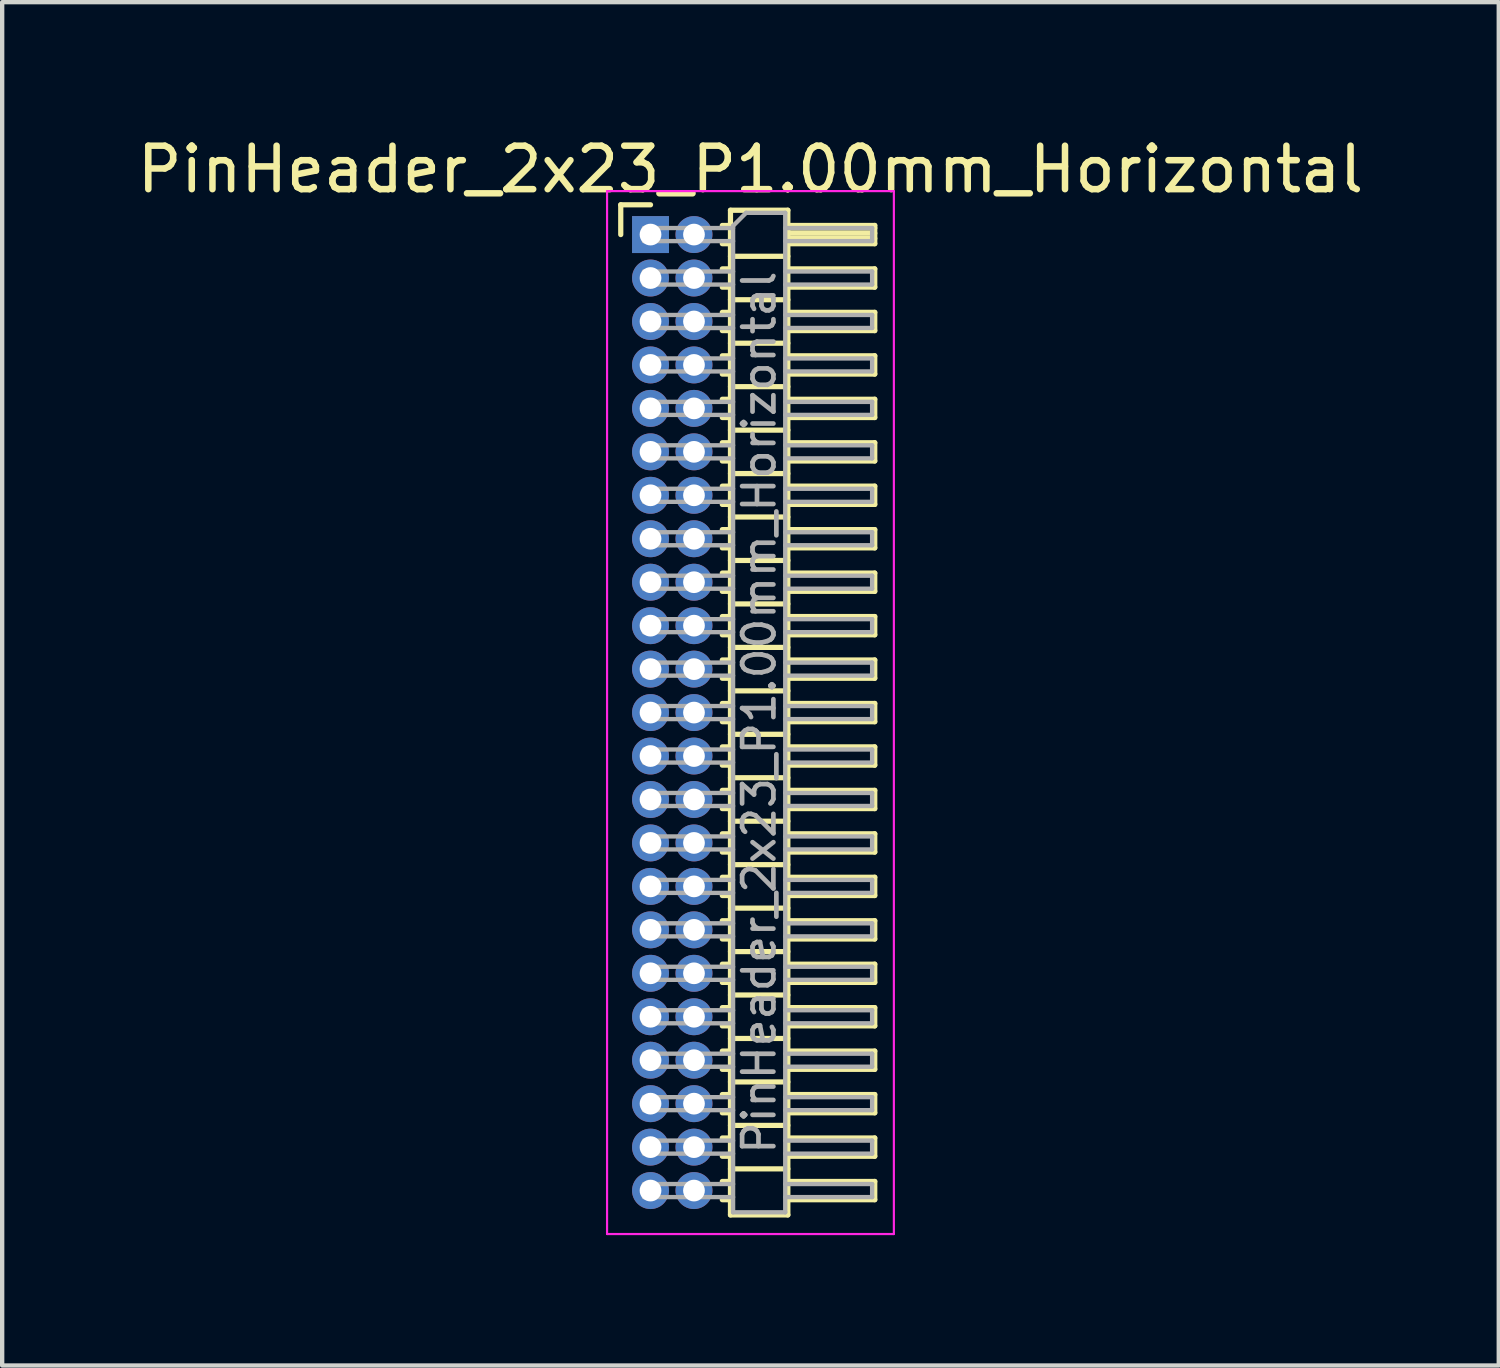
<source format=kicad_pcb>
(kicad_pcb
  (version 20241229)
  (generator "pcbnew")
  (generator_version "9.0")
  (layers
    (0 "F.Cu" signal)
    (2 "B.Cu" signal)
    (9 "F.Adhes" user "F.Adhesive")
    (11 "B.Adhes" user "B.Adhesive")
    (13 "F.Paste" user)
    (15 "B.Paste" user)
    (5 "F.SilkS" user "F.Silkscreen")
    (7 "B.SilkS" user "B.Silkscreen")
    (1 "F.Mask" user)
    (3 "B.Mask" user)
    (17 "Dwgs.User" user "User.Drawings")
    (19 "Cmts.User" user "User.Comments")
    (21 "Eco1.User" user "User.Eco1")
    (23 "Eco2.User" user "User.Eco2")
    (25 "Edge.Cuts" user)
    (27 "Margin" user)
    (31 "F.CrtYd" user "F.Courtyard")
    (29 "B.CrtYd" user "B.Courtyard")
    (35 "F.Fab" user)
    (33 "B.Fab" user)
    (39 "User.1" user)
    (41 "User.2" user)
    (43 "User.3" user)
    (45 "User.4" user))
  (footprint "PinHeader_2x23_P1.00mm_Horizontal"
    (layer "F.Cu")
    (at 11.92 2.348)
    (property "Reference" "PinHeader_2x23_P1.00mm_Horizontal" (at 2.3 -1.5 0) (layer "F.SilkS") (effects (font (size 1 1) (thickness 0.15))))
    (attr through_hole)
    (fp_line (start -0.685 -0.685) (end 0 -0.685) (stroke (width 0.12) (type solid)) (layer "F.SilkS"))
    (fp_line (start -0.685 0) (end -0.685 -0.685) (stroke (width 0.12) (type solid)) (layer "F.SilkS"))
    (fp_line (start 1.652 -0.21) (end 1.84 -0.21) (stroke (width 0.12) (type solid)) (layer "F.SilkS"))
    (fp_line (start 1.652 0.21) (end 1.84 0.21) (stroke (width 0.12) (type solid)) (layer "F.SilkS"))
    (fp_line (start 1.652 0.79) (end 1.84 0.79) (stroke (width 0.12) (type solid)) (layer "F.SilkS"))
    (fp_line (start 1.652 1.21) (end 1.84 1.21) (stroke (width 0.12) (type solid)) (layer "F.SilkS"))
    (fp_line (start 1.652 1.79) (end 1.84 1.79) (stroke (width 0.12) (type solid)) (layer "F.SilkS"))
    (fp_line (start 1.652 2.21) (end 1.84 2.21) (stroke (width 0.12) (type solid)) (layer "F.SilkS"))
    (fp_line (start 1.652 2.79) (end 1.84 2.79) (stroke (width 0.12) (type solid)) (layer "F.SilkS"))
    (fp_line (start 1.652 3.21) (end 1.84 3.21) (stroke (width 0.12) (type solid)) (layer "F.SilkS"))
    (fp_line (start 1.652 3.79) (end 1.84 3.79) (stroke (width 0.12) (type solid)) (layer "F.SilkS"))
    (fp_line (start 1.652 4.21) (end 1.84 4.21) (stroke (width 0.12) (type solid)) (layer "F.SilkS"))
    (fp_line (start 1.652 4.79) (end 1.84 4.79) (stroke (width 0.12) (type solid)) (layer "F.SilkS"))
    (fp_line (start 1.652 5.21) (end 1.84 5.21) (stroke (width 0.12) (type solid)) (layer "F.SilkS"))
    (fp_line (start 1.652 5.79) (end 1.84 5.79) (stroke (width 0.12) (type solid)) (layer "F.SilkS"))
    (fp_line (start 1.652 6.21) (end 1.84 6.21) (stroke (width 0.12) (type solid)) (layer "F.SilkS"))
    (fp_line (start 1.652 6.79) (end 1.84 6.79) (stroke (width 0.12) (type solid)) (layer "F.SilkS"))
    (fp_line (start 1.652 7.21) (end 1.84 7.21) (stroke (width 0.12) (type solid)) (layer "F.SilkS"))
    (fp_line (start 1.652 7.79) (end 1.84 7.79) (stroke (width 0.12) (type solid)) (layer "F.SilkS"))
    (fp_line (start 1.652 8.21) (end 1.84 8.21) (stroke (width 0.12) (type solid)) (layer "F.SilkS"))
    (fp_line (start 1.652 8.79) (end 1.84 8.79) (stroke (width 0.12) (type solid)) (layer "F.SilkS"))
    (fp_line (start 1.652 9.21) (end 1.84 9.21) (stroke (width 0.12) (type solid)) (layer "F.SilkS"))
    (fp_line (start 1.652 9.79) (end 1.84 9.79) (stroke (width 0.12) (type solid)) (layer "F.SilkS"))
    (fp_line (start 1.652 10.21) (end 1.84 10.21) (stroke (width 0.12) (type solid)) (layer "F.SilkS"))
    (fp_line (start 1.652 10.79) (end 1.84 10.79) (stroke (width 0.12) (type solid)) (layer "F.SilkS"))
    (fp_line (start 1.652 11.21) (end 1.84 11.21) (stroke (width 0.12) (type solid)) (layer "F.SilkS"))
    (fp_line (start 1.652 11.79) (end 1.84 11.79) (stroke (width 0.12) (type solid)) (layer "F.SilkS"))
    (fp_line (start 1.652 12.21) (end 1.84 12.21) (stroke (width 0.12) (type solid)) (layer "F.SilkS"))
    (fp_line (start 1.652 12.79) (end 1.84 12.79) (stroke (width 0.12) (type solid)) (layer "F.SilkS"))
    (fp_line (start 1.652 13.21) (end 1.84 13.21) (stroke (width 0.12) (type solid)) (layer "F.SilkS"))
    (fp_line (start 1.652 13.79) (end 1.84 13.79) (stroke (width 0.12) (type solid)) (layer "F.SilkS"))
    (fp_line (start 1.652 14.21) (end 1.84 14.21) (stroke (width 0.12) (type solid)) (layer "F.SilkS"))
    (fp_line (start 1.652 14.79) (end 1.84 14.79) (stroke (width 0.12) (type solid)) (layer "F.SilkS"))
    (fp_line (start 1.652 15.21) (end 1.84 15.21) (stroke (width 0.12) (type solid)) (layer "F.SilkS"))
    (fp_line (start 1.652 15.79) (end 1.84 15.79) (stroke (width 0.12) (type solid)) (layer "F.SilkS"))
    (fp_line (start 1.652 16.21) (end 1.84 16.21) (stroke (width 0.12) (type solid)) (layer "F.SilkS"))
    (fp_line (start 1.652 16.79) (end 1.84 16.79) (stroke (width 0.12) (type solid)) (layer "F.SilkS"))
    (fp_line (start 1.652 17.21) (end 1.84 17.21) (stroke (width 0.12) (type solid)) (layer "F.SilkS"))
    (fp_line (start 1.652 17.79) (end 1.84 17.79) (stroke (width 0.12) (type solid)) (layer "F.SilkS"))
    (fp_line (start 1.652 18.21) (end 1.84 18.21) (stroke (width 0.12) (type solid)) (layer "F.SilkS"))
    (fp_line (start 1.652 18.79) (end 1.84 18.79) (stroke (width 0.12) (type solid)) (layer "F.SilkS"))
    (fp_line (start 1.652 19.21) (end 1.84 19.21) (stroke (width 0.12) (type solid)) (layer "F.SilkS"))
    (fp_line (start 1.652 19.79) (end 1.84 19.79) (stroke (width 0.12) (type solid)) (layer "F.SilkS"))
    (fp_line (start 1.652 20.21) (end 1.84 20.21) (stroke (width 0.12) (type solid)) (layer "F.SilkS"))
    (fp_line (start 1.652 20.79) (end 1.84 20.79) (stroke (width 0.12) (type solid)) (layer "F.SilkS"))
    (fp_line (start 1.652 21.21) (end 1.84 21.21) (stroke (width 0.12) (type solid)) (layer "F.SilkS"))
    (fp_line (start 1.652 21.79) (end 1.84 21.79) (stroke (width 0.12) (type solid)) (layer "F.SilkS"))
    (fp_line (start 1.652 22.21) (end 1.84 22.21) (stroke (width 0.12) (type solid)) (layer "F.SilkS"))
    (fp_line (start 1.84 -0.56) (end 1.84 22.56) (stroke (width 0.12) (type solid)) (layer "F.SilkS"))
    (fp_line (start 1.84 0.5) (end 3.16 0.5) (stroke (width 0.12) (type solid)) (layer "F.SilkS"))
    (fp_line (start 1.84 1.5) (end 3.16 1.5) (stroke (width 0.12) (type solid)) (layer "F.SilkS"))
    (fp_line (start 1.84 2.5) (end 3.16 2.5) (stroke (width 0.12) (type solid)) (layer "F.SilkS"))
    (fp_line (start 1.84 3.5) (end 3.16 3.5) (stroke (width 0.12) (type solid)) (layer "F.SilkS"))
    (fp_line (start 1.84 4.5) (end 3.16 4.5) (stroke (width 0.12) (type solid)) (layer "F.SilkS"))
    (fp_line (start 1.84 5.5) (end 3.16 5.5) (stroke (width 0.12) (type solid)) (layer "F.SilkS"))
    (fp_line (start 1.84 6.5) (end 3.16 6.5) (stroke (width 0.12) (type solid)) (layer "F.SilkS"))
    (fp_line (start 1.84 7.5) (end 3.16 7.5) (stroke (width 0.12) (type solid)) (layer "F.SilkS"))
    (fp_line (start 1.84 8.5) (end 3.16 8.5) (stroke (width 0.12) (type solid)) (layer "F.SilkS"))
    (fp_line (start 1.84 9.5) (end 3.16 9.5) (stroke (width 0.12) (type solid)) (layer "F.SilkS"))
    (fp_line (start 1.84 10.5) (end 3.16 10.5) (stroke (width 0.12) (type solid)) (layer "F.SilkS"))
    (fp_line (start 1.84 11.5) (end 3.16 11.5) (stroke (width 0.12) (type solid)) (layer "F.SilkS"))
    (fp_line (start 1.84 12.5) (end 3.16 12.5) (stroke (width 0.12) (type solid)) (layer "F.SilkS"))
    (fp_line (start 1.84 13.5) (end 3.16 13.5) (stroke (width 0.12) (type solid)) (layer "F.SilkS"))
    (fp_line (start 1.84 14.5) (end 3.16 14.5) (stroke (width 0.12) (type solid)) (layer "F.SilkS"))
    (fp_line (start 1.84 15.5) (end 3.16 15.5) (stroke (width 0.12) (type solid)) (layer "F.SilkS"))
    (fp_line (start 1.84 16.5) (end 3.16 16.5) (stroke (width 0.12) (type solid)) (layer "F.SilkS"))
    (fp_line (start 1.84 17.5) (end 3.16 17.5) (stroke (width 0.12) (type solid)) (layer "F.SilkS"))
    (fp_line (start 1.84 18.5) (end 3.16 18.5) (stroke (width 0.12) (type solid)) (layer "F.SilkS"))
    (fp_line (start 1.84 19.5) (end 3.16 19.5) (stroke (width 0.12) (type solid)) (layer "F.SilkS"))
    (fp_line (start 1.84 20.5) (end 3.16 20.5) (stroke (width 0.12) (type solid)) (layer "F.SilkS"))
    (fp_line (start 1.84 21.5) (end 3.16 21.5) (stroke (width 0.12) (type solid)) (layer "F.SilkS"))
    (fp_line (start 1.84 22.56) (end 3.16 22.56) (stroke (width 0.12) (type solid)) (layer "F.SilkS"))
    (fp_line (start 3.16 -0.56) (end 1.84 -0.56) (stroke (width 0.12) (type solid)) (layer "F.SilkS"))
    (fp_line (start 3.16 -0.21) (end 5.16 -0.21) (stroke (width 0.12) (type solid)) (layer "F.SilkS"))
    (fp_line (start 3.16 -0.15) (end 5.16 -0.15) (stroke (width 0.12) (type solid)) (layer "F.SilkS"))
    (fp_line (start 3.16 -0.03) (end 5.16 -0.03) (stroke (width 0.12) (type solid)) (layer "F.SilkS"))
    (fp_line (start 3.16 0.09) (end 5.16 0.09) (stroke (width 0.12) (type solid)) (layer "F.SilkS"))
    (fp_line (start 3.16 0.79) (end 5.16 0.79) (stroke (width 0.12) (type solid)) (layer "F.SilkS"))
    (fp_line (start 3.16 1.79) (end 5.16 1.79) (stroke (width 0.12) (type solid)) (layer "F.SilkS"))
    (fp_line (start 3.16 2.79) (end 5.16 2.79) (stroke (width 0.12) (type solid)) (layer "F.SilkS"))
    (fp_line (start 3.16 3.79) (end 5.16 3.79) (stroke (width 0.12) (type solid)) (layer "F.SilkS"))
    (fp_line (start 3.16 4.79) (end 5.16 4.79) (stroke (width 0.12) (type solid)) (layer "F.SilkS"))
    (fp_line (start 3.16 5.79) (end 5.16 5.79) (stroke (width 0.12) (type solid)) (layer "F.SilkS"))
    (fp_line (start 3.16 6.79) (end 5.16 6.79) (stroke (width 0.12) (type solid)) (layer "F.SilkS"))
    (fp_line (start 3.16 7.79) (end 5.16 7.79) (stroke (width 0.12) (type solid)) (layer "F.SilkS"))
    (fp_line (start 3.16 8.79) (end 5.16 8.79) (stroke (width 0.12) (type solid)) (layer "F.SilkS"))
    (fp_line (start 3.16 9.79) (end 5.16 9.79) (stroke (width 0.12) (type solid)) (layer "F.SilkS"))
    (fp_line (start 3.16 10.79) (end 5.16 10.79) (stroke (width 0.12) (type solid)) (layer "F.SilkS"))
    (fp_line (start 3.16 11.79) (end 5.16 11.79) (stroke (width 0.12) (type solid)) (layer "F.SilkS"))
    (fp_line (start 3.16 12.79) (end 5.16 12.79) (stroke (width 0.12) (type solid)) (layer "F.SilkS"))
    (fp_line (start 3.16 13.79) (end 5.16 13.79) (stroke (width 0.12) (type solid)) (layer "F.SilkS"))
    (fp_line (start 3.16 14.79) (end 5.16 14.79) (stroke (width 0.12) (type solid)) (layer "F.SilkS"))
    (fp_line (start 3.16 15.79) (end 5.16 15.79) (stroke (width 0.12) (type solid)) (layer "F.SilkS"))
    (fp_line (start 3.16 16.79) (end 5.16 16.79) (stroke (width 0.12) (type solid)) (layer "F.SilkS"))
    (fp_line (start 3.16 17.79) (end 5.16 17.79) (stroke (width 0.12) (type solid)) (layer "F.SilkS"))
    (fp_line (start 3.16 18.79) (end 5.16 18.79) (stroke (width 0.12) (type solid)) (layer "F.SilkS"))
    (fp_line (start 3.16 19.79) (end 5.16 19.79) (stroke (width 0.12) (type solid)) (layer "F.SilkS"))
    (fp_line (start 3.16 20.79) (end 5.16 20.79) (stroke (width 0.12) (type solid)) (layer "F.SilkS"))
    (fp_line (start 3.16 21.79) (end 5.16 21.79) (stroke (width 0.12) (type solid)) (layer "F.SilkS"))
    (fp_line (start 3.16 22.56) (end 3.16 -0.56) (stroke (width 0.12) (type solid)) (layer "F.SilkS"))
    (fp_line (start 5.16 -0.21) (end 5.16 0.21) (stroke (width 0.12) (type solid)) (layer "F.SilkS"))
    (fp_line (start 5.16 0.21) (end 3.16 0.21) (stroke (width 0.12) (type solid)) (layer "F.SilkS"))
    (fp_line (start 5.16 0.79) (end 5.16 1.21) (stroke (width 0.12) (type solid)) (layer "F.SilkS"))
    (fp_line (start 5.16 1.21) (end 3.16 1.21) (stroke (width 0.12) (type solid)) (layer "F.SilkS"))
    (fp_line (start 5.16 1.79) (end 5.16 2.21) (stroke (width 0.12) (type solid)) (layer "F.SilkS"))
    (fp_line (start 5.16 2.21) (end 3.16 2.21) (stroke (width 0.12) (type solid)) (layer "F.SilkS"))
    (fp_line (start 5.16 2.79) (end 5.16 3.21) (stroke (width 0.12) (type solid)) (layer "F.SilkS"))
    (fp_line (start 5.16 3.21) (end 3.16 3.21) (stroke (width 0.12) (type solid)) (layer "F.SilkS"))
    (fp_line (start 5.16 3.79) (end 5.16 4.21) (stroke (width 0.12) (type solid)) (layer "F.SilkS"))
    (fp_line (start 5.16 4.21) (end 3.16 4.21) (stroke (width 0.12) (type solid)) (layer "F.SilkS"))
    (fp_line (start 5.16 4.79) (end 5.16 5.21) (stroke (width 0.12) (type solid)) (layer "F.SilkS"))
    (fp_line (start 5.16 5.21) (end 3.16 5.21) (stroke (width 0.12) (type solid)) (layer "F.SilkS"))
    (fp_line (start 5.16 5.79) (end 5.16 6.21) (stroke (width 0.12) (type solid)) (layer "F.SilkS"))
    (fp_line (start 5.16 6.21) (end 3.16 6.21) (stroke (width 0.12) (type solid)) (layer "F.SilkS"))
    (fp_line (start 5.16 6.79) (end 5.16 7.21) (stroke (width 0.12) (type solid)) (layer "F.SilkS"))
    (fp_line (start 5.16 7.21) (end 3.16 7.21) (stroke (width 0.12) (type solid)) (layer "F.SilkS"))
    (fp_line (start 5.16 7.79) (end 5.16 8.21) (stroke (width 0.12) (type solid)) (layer "F.SilkS"))
    (fp_line (start 5.16 8.21) (end 3.16 8.21) (stroke (width 0.12) (type solid)) (layer "F.SilkS"))
    (fp_line (start 5.16 8.79) (end 5.16 9.21) (stroke (width 0.12) (type solid)) (layer "F.SilkS"))
    (fp_line (start 5.16 9.21) (end 3.16 9.21) (stroke (width 0.12) (type solid)) (layer "F.SilkS"))
    (fp_line (start 5.16 9.79) (end 5.16 10.21) (stroke (width 0.12) (type solid)) (layer "F.SilkS"))
    (fp_line (start 5.16 10.21) (end 3.16 10.21) (stroke (width 0.12) (type solid)) (layer "F.SilkS"))
    (fp_line (start 5.16 10.79) (end 5.16 11.21) (stroke (width 0.12) (type solid)) (layer "F.SilkS"))
    (fp_line (start 5.16 11.21) (end 3.16 11.21) (stroke (width 0.12) (type solid)) (layer "F.SilkS"))
    (fp_line (start 5.16 11.79) (end 5.16 12.21) (stroke (width 0.12) (type solid)) (layer "F.SilkS"))
    (fp_line (start 5.16 12.21) (end 3.16 12.21) (stroke (width 0.12) (type solid)) (layer "F.SilkS"))
    (fp_line (start 5.16 12.79) (end 5.16 13.21) (stroke (width 0.12) (type solid)) (layer "F.SilkS"))
    (fp_line (start 5.16 13.21) (end 3.16 13.21) (stroke (width 0.12) (type solid)) (layer "F.SilkS"))
    (fp_line (start 5.16 13.79) (end 5.16 14.21) (stroke (width 0.12) (type solid)) (layer "F.SilkS"))
    (fp_line (start 5.16 14.21) (end 3.16 14.21) (stroke (width 0.12) (type solid)) (layer "F.SilkS"))
    (fp_line (start 5.16 14.79) (end 5.16 15.21) (stroke (width 0.12) (type solid)) (layer "F.SilkS"))
    (fp_line (start 5.16 15.21) (end 3.16 15.21) (stroke (width 0.12) (type solid)) (layer "F.SilkS"))
    (fp_line (start 5.16 15.79) (end 5.16 16.21) (stroke (width 0.12) (type solid)) (layer "F.SilkS"))
    (fp_line (start 5.16 16.21) (end 3.16 16.21) (stroke (width 0.12) (type solid)) (layer "F.SilkS"))
    (fp_line (start 5.16 16.79) (end 5.16 17.21) (stroke (width 0.12) (type solid)) (layer "F.SilkS"))
    (fp_line (start 5.16 17.21) (end 3.16 17.21) (stroke (width 0.12) (type solid)) (layer "F.SilkS"))
    (fp_line (start 5.16 17.79) (end 5.16 18.21) (stroke (width 0.12) (type solid)) (layer "F.SilkS"))
    (fp_line (start 5.16 18.21) (end 3.16 18.21) (stroke (width 0.12) (type solid)) (layer "F.SilkS"))
    (fp_line (start 5.16 18.79) (end 5.16 19.21) (stroke (width 0.12) (type solid)) (layer "F.SilkS"))
    (fp_line (start 5.16 19.21) (end 3.16 19.21) (stroke (width 0.12) (type solid)) (layer "F.SilkS"))
    (fp_line (start 5.16 19.79) (end 5.16 20.21) (stroke (width 0.12) (type solid)) (layer "F.SilkS"))
    (fp_line (start 5.16 20.21) (end 3.16 20.21) (stroke (width 0.12) (type solid)) (layer "F.SilkS"))
    (fp_line (start 5.16 20.79) (end 5.16 21.21) (stroke (width 0.12) (type solid)) (layer "F.SilkS"))
    (fp_line (start 5.16 21.21) (end 3.16 21.21) (stroke (width 0.12) (type solid)) (layer "F.SilkS"))
    (fp_line (start 5.16 21.79) (end 5.16 22.21) (stroke (width 0.12) (type solid)) (layer "F.SilkS"))
    (fp_line (start 5.16 22.21) (end 3.16 22.21) (stroke (width 0.12) (type solid)) (layer "F.SilkS"))
    (fp_line (start -1 -1) (end -1 23) (stroke (width 0.05) (type solid)) (layer "F.CrtYd"))
    (fp_line (start -1 23) (end 5.6 23) (stroke (width 0.05) (type solid)) (layer "F.CrtYd"))
    (fp_line (start 5.6 -1) (end -1 -1) (stroke (width 0.05) (type solid)) (layer "F.CrtYd"))
    (fp_line (start 5.6 23) (end 5.6 -1) (stroke (width 0.05) (type solid)) (layer "F.CrtYd"))
    (fp_line (start -0.15 -0.15) (end -0.15 0.15) (stroke (width 0.1) (type solid)) (layer "F.Fab"))
    (fp_line (start -0.15 -0.15) (end 1.9 -0.15) (stroke (width 0.1) (type solid)) (layer "F.Fab"))
    (fp_line (start -0.15 0.15) (end 1.9 0.15) (stroke (width 0.1) (type solid)) (layer "F.Fab"))
    (fp_line (start -0.15 0.85) (end -0.15 1.15) (stroke (width 0.1) (type solid)) (layer "F.Fab"))
    (fp_line (start -0.15 0.85) (end 1.9 0.85) (stroke (width 0.1) (type solid)) (layer "F.Fab"))
    (fp_line (start -0.15 1.15) (end 1.9 1.15) (stroke (width 0.1) (type solid)) (layer "F.Fab"))
    (fp_line (start -0.15 1.85) (end -0.15 2.15) (stroke (width 0.1) (type solid)) (layer "F.Fab"))
    (fp_line (start -0.15 1.85) (end 1.9 1.85) (stroke (width 0.1) (type solid)) (layer "F.Fab"))
    (fp_line (start -0.15 2.15) (end 1.9 2.15) (stroke (width 0.1) (type solid)) (layer "F.Fab"))
    (fp_line (start -0.15 2.85) (end -0.15 3.15) (stroke (width 0.1) (type solid)) (layer "F.Fab"))
    (fp_line (start -0.15 2.85) (end 1.9 2.85) (stroke (width 0.1) (type solid)) (layer "F.Fab"))
    (fp_line (start -0.15 3.15) (end 1.9 3.15) (stroke (width 0.1) (type solid)) (layer "F.Fab"))
    (fp_line (start -0.15 3.85) (end -0.15 4.15) (stroke (width 0.1) (type solid)) (layer "F.Fab"))
    (fp_line (start -0.15 3.85) (end 1.9 3.85) (stroke (width 0.1) (type solid)) (layer "F.Fab"))
    (fp_line (start -0.15 4.15) (end 1.9 4.15) (stroke (width 0.1) (type solid)) (layer "F.Fab"))
    (fp_line (start -0.15 4.85) (end -0.15 5.15) (stroke (width 0.1) (type solid)) (layer "F.Fab"))
    (fp_line (start -0.15 4.85) (end 1.9 4.85) (stroke (width 0.1) (type solid)) (layer "F.Fab"))
    (fp_line (start -0.15 5.15) (end 1.9 5.15) (stroke (width 0.1) (type solid)) (layer "F.Fab"))
    (fp_line (start -0.15 5.85) (end -0.15 6.15) (stroke (width 0.1) (type solid)) (layer "F.Fab"))
    (fp_line (start -0.15 5.85) (end 1.9 5.85) (stroke (width 0.1) (type solid)) (layer "F.Fab"))
    (fp_line (start -0.15 6.15) (end 1.9 6.15) (stroke (width 0.1) (type solid)) (layer "F.Fab"))
    (fp_line (start -0.15 6.85) (end -0.15 7.15) (stroke (width 0.1) (type solid)) (layer "F.Fab"))
    (fp_line (start -0.15 6.85) (end 1.9 6.85) (stroke (width 0.1) (type solid)) (layer "F.Fab"))
    (fp_line (start -0.15 7.15) (end 1.9 7.15) (stroke (width 0.1) (type solid)) (layer "F.Fab"))
    (fp_line (start -0.15 7.85) (end -0.15 8.15) (stroke (width 0.1) (type solid)) (layer "F.Fab"))
    (fp_line (start -0.15 7.85) (end 1.9 7.85) (stroke (width 0.1) (type solid)) (layer "F.Fab"))
    (fp_line (start -0.15 8.15) (end 1.9 8.15) (stroke (width 0.1) (type solid)) (layer "F.Fab"))
    (fp_line (start -0.15 8.85) (end -0.15 9.15) (stroke (width 0.1) (type solid)) (layer "F.Fab"))
    (fp_line (start -0.15 8.85) (end 1.9 8.85) (stroke (width 0.1) (type solid)) (layer "F.Fab"))
    (fp_line (start -0.15 9.15) (end 1.9 9.15) (stroke (width 0.1) (type solid)) (layer "F.Fab"))
    (fp_line (start -0.15 9.85) (end -0.15 10.15) (stroke (width 0.1) (type solid)) (layer "F.Fab"))
    (fp_line (start -0.15 9.85) (end 1.9 9.85) (stroke (width 0.1) (type solid)) (layer "F.Fab"))
    (fp_line (start -0.15 10.15) (end 1.9 10.15) (stroke (width 0.1) (type solid)) (layer "F.Fab"))
    (fp_line (start -0.15 10.85) (end -0.15 11.15) (stroke (width 0.1) (type solid)) (layer "F.Fab"))
    (fp_line (start -0.15 10.85) (end 1.9 10.85) (stroke (width 0.1) (type solid)) (layer "F.Fab"))
    (fp_line (start -0.15 11.15) (end 1.9 11.15) (stroke (width 0.1) (type solid)) (layer "F.Fab"))
    (fp_line (start -0.15 11.85) (end -0.15 12.15) (stroke (width 0.1) (type solid)) (layer "F.Fab"))
    (fp_line (start -0.15 11.85) (end 1.9 11.85) (stroke (width 0.1) (type solid)) (layer "F.Fab"))
    (fp_line (start -0.15 12.15) (end 1.9 12.15) (stroke (width 0.1) (type solid)) (layer "F.Fab"))
    (fp_line (start -0.15 12.85) (end -0.15 13.15) (stroke (width 0.1) (type solid)) (layer "F.Fab"))
    (fp_line (start -0.15 12.85) (end 1.9 12.85) (stroke (width 0.1) (type solid)) (layer "F.Fab"))
    (fp_line (start -0.15 13.15) (end 1.9 13.15) (stroke (width 0.1) (type solid)) (layer "F.Fab"))
    (fp_line (start -0.15 13.85) (end -0.15 14.15) (stroke (width 0.1) (type solid)) (layer "F.Fab"))
    (fp_line (start -0.15 13.85) (end 1.9 13.85) (stroke (width 0.1) (type solid)) (layer "F.Fab"))
    (fp_line (start -0.15 14.15) (end 1.9 14.15) (stroke (width 0.1) (type solid)) (layer "F.Fab"))
    (fp_line (start -0.15 14.85) (end -0.15 15.15) (stroke (width 0.1) (type solid)) (layer "F.Fab"))
    (fp_line (start -0.15 14.85) (end 1.9 14.85) (stroke (width 0.1) (type solid)) (layer "F.Fab"))
    (fp_line (start -0.15 15.15) (end 1.9 15.15) (stroke (width 0.1) (type solid)) (layer "F.Fab"))
    (fp_line (start -0.15 15.85) (end -0.15 16.15) (stroke (width 0.1) (type solid)) (layer "F.Fab"))
    (fp_line (start -0.15 15.85) (end 1.9 15.85) (stroke (width 0.1) (type solid)) (layer "F.Fab"))
    (fp_line (start -0.15 16.15) (end 1.9 16.15) (stroke (width 0.1) (type solid)) (layer "F.Fab"))
    (fp_line (start -0.15 16.85) (end -0.15 17.15) (stroke (width 0.1) (type solid)) (layer "F.Fab"))
    (fp_line (start -0.15 16.85) (end 1.9 16.85) (stroke (width 0.1) (type solid)) (layer "F.Fab"))
    (fp_line (start -0.15 17.15) (end 1.9 17.15) (stroke (width 0.1) (type solid)) (layer "F.Fab"))
    (fp_line (start -0.15 17.85) (end -0.15 18.15) (stroke (width 0.1) (type solid)) (layer "F.Fab"))
    (fp_line (start -0.15 17.85) (end 1.9 17.85) (stroke (width 0.1) (type solid)) (layer "F.Fab"))
    (fp_line (start -0.15 18.15) (end 1.9 18.15) (stroke (width 0.1) (type solid)) (layer "F.Fab"))
    (fp_line (start -0.15 18.85) (end -0.15 19.15) (stroke (width 0.1) (type solid)) (layer "F.Fab"))
    (fp_line (start -0.15 18.85) (end 1.9 18.85) (stroke (width 0.1) (type solid)) (layer "F.Fab"))
    (fp_line (start -0.15 19.15) (end 1.9 19.15) (stroke (width 0.1) (type solid)) (layer "F.Fab"))
    (fp_line (start -0.15 19.85) (end -0.15 20.15) (stroke (width 0.1) (type solid)) (layer "F.Fab"))
    (fp_line (start -0.15 19.85) (end 1.9 19.85) (stroke (width 0.1) (type solid)) (layer "F.Fab"))
    (fp_line (start -0.15 20.15) (end 1.9 20.15) (stroke (width 0.1) (type solid)) (layer "F.Fab"))
    (fp_line (start -0.15 20.85) (end -0.15 21.15) (stroke (width 0.1) (type solid)) (layer "F.Fab"))
    (fp_line (start -0.15 20.85) (end 1.9 20.85) (stroke (width 0.1) (type solid)) (layer "F.Fab"))
    (fp_line (start -0.15 21.15) (end 1.9 21.15) (stroke (width 0.1) (type solid)) (layer "F.Fab"))
    (fp_line (start -0.15 21.85) (end -0.15 22.15) (stroke (width 0.1) (type solid)) (layer "F.Fab"))
    (fp_line (start -0.15 21.85) (end 1.9 21.85) (stroke (width 0.1) (type solid)) (layer "F.Fab"))
    (fp_line (start -0.15 22.15) (end 1.9 22.15) (stroke (width 0.1) (type solid)) (layer "F.Fab"))
    (fp_line (start 1.9 -0.2) (end 2.2 -0.5) (stroke (width 0.1) (type solid)) (layer "F.Fab"))
    (fp_line (start 1.9 22.5) (end 1.9 -0.2) (stroke (width 0.1) (type solid)) (layer "F.Fab"))
    (fp_line (start 2.2 -0.5) (end 3.1 -0.5) (stroke (width 0.1) (type solid)) (layer "F.Fab"))
    (fp_line (start 3.1 -0.5) (end 3.1 22.5) (stroke (width 0.1) (type solid)) (layer "F.Fab"))
    (fp_line (start 3.1 -0.15) (end 5.1 -0.15) (stroke (width 0.1) (type solid)) (layer "F.Fab"))
    (fp_line (start 3.1 0.15) (end 5.1 0.15) (stroke (width 0.1) (type solid)) (layer "F.Fab"))
    (fp_line (start 3.1 0.85) (end 5.1 0.85) (stroke (width 0.1) (type solid)) (layer "F.Fab"))
    (fp_line (start 3.1 1.15) (end 5.1 1.15) (stroke (width 0.1) (type solid)) (layer "F.Fab"))
    (fp_line (start 3.1 1.85) (end 5.1 1.85) (stroke (width 0.1) (type solid)) (layer "F.Fab"))
    (fp_line (start 3.1 2.15) (end 5.1 2.15) (stroke (width 0.1) (type solid)) (layer "F.Fab"))
    (fp_line (start 3.1 2.85) (end 5.1 2.85) (stroke (width 0.1) (type solid)) (layer "F.Fab"))
    (fp_line (start 3.1 3.15) (end 5.1 3.15) (stroke (width 0.1) (type solid)) (layer "F.Fab"))
    (fp_line (start 3.1 3.85) (end 5.1 3.85) (stroke (width 0.1) (type solid)) (layer "F.Fab"))
    (fp_line (start 3.1 4.15) (end 5.1 4.15) (stroke (width 0.1) (type solid)) (layer "F.Fab"))
    (fp_line (start 3.1 4.85) (end 5.1 4.85) (stroke (width 0.1) (type solid)) (layer "F.Fab"))
    (fp_line (start 3.1 5.15) (end 5.1 5.15) (stroke (width 0.1) (type solid)) (layer "F.Fab"))
    (fp_line (start 3.1 5.85) (end 5.1 5.85) (stroke (width 0.1) (type solid)) (layer "F.Fab"))
    (fp_line (start 3.1 6.15) (end 5.1 6.15) (stroke (width 0.1) (type solid)) (layer "F.Fab"))
    (fp_line (start 3.1 6.85) (end 5.1 6.85) (stroke (width 0.1) (type solid)) (layer "F.Fab"))
    (fp_line (start 3.1 7.15) (end 5.1 7.15) (stroke (width 0.1) (type solid)) (layer "F.Fab"))
    (fp_line (start 3.1 7.85) (end 5.1 7.85) (stroke (width 0.1) (type solid)) (layer "F.Fab"))
    (fp_line (start 3.1 8.15) (end 5.1 8.15) (stroke (width 0.1) (type solid)) (layer "F.Fab"))
    (fp_line (start 3.1 8.85) (end 5.1 8.85) (stroke (width 0.1) (type solid)) (layer "F.Fab"))
    (fp_line (start 3.1 9.15) (end 5.1 9.15) (stroke (width 0.1) (type solid)) (layer "F.Fab"))
    (fp_line (start 3.1 9.85) (end 5.1 9.85) (stroke (width 0.1) (type solid)) (layer "F.Fab"))
    (fp_line (start 3.1 10.15) (end 5.1 10.15) (stroke (width 0.1) (type solid)) (layer "F.Fab"))
    (fp_line (start 3.1 10.85) (end 5.1 10.85) (stroke (width 0.1) (type solid)) (layer "F.Fab"))
    (fp_line (start 3.1 11.15) (end 5.1 11.15) (stroke (width 0.1) (type solid)) (layer "F.Fab"))
    (fp_line (start 3.1 11.85) (end 5.1 11.85) (stroke (width 0.1) (type solid)) (layer "F.Fab"))
    (fp_line (start 3.1 12.15) (end 5.1 12.15) (stroke (width 0.1) (type solid)) (layer "F.Fab"))
    (fp_line (start 3.1 12.85) (end 5.1 12.85) (stroke (width 0.1) (type solid)) (layer "F.Fab"))
    (fp_line (start 3.1 13.15) (end 5.1 13.15) (stroke (width 0.1) (type solid)) (layer "F.Fab"))
    (fp_line (start 3.1 13.85) (end 5.1 13.85) (stroke (width 0.1) (type solid)) (layer "F.Fab"))
    (fp_line (start 3.1 14.15) (end 5.1 14.15) (stroke (width 0.1) (type solid)) (layer "F.Fab"))
    (fp_line (start 3.1 14.85) (end 5.1 14.85) (stroke (width 0.1) (type solid)) (layer "F.Fab"))
    (fp_line (start 3.1 15.15) (end 5.1 15.15) (stroke (width 0.1) (type solid)) (layer "F.Fab"))
    (fp_line (start 3.1 15.85) (end 5.1 15.85) (stroke (width 0.1) (type solid)) (layer "F.Fab"))
    (fp_line (start 3.1 16.15) (end 5.1 16.15) (stroke (width 0.1) (type solid)) (layer "F.Fab"))
    (fp_line (start 3.1 16.85) (end 5.1 16.85) (stroke (width 0.1) (type solid)) (layer "F.Fab"))
    (fp_line (start 3.1 17.15) (end 5.1 17.15) (stroke (width 0.1) (type solid)) (layer "F.Fab"))
    (fp_line (start 3.1 17.85) (end 5.1 17.85) (stroke (width 0.1) (type solid)) (layer "F.Fab"))
    (fp_line (start 3.1 18.15) (end 5.1 18.15) (stroke (width 0.1) (type solid)) (layer "F.Fab"))
    (fp_line (start 3.1 18.85) (end 5.1 18.85) (stroke (width 0.1) (type solid)) (layer "F.Fab"))
    (fp_line (start 3.1 19.15) (end 5.1 19.15) (stroke (width 0.1) (type solid)) (layer "F.Fab"))
    (fp_line (start 3.1 19.85) (end 5.1 19.85) (stroke (width 0.1) (type solid)) (layer "F.Fab"))
    (fp_line (start 3.1 20.15) (end 5.1 20.15) (stroke (width 0.1) (type solid)) (layer "F.Fab"))
    (fp_line (start 3.1 20.85) (end 5.1 20.85) (stroke (width 0.1) (type solid)) (layer "F.Fab"))
    (fp_line (start 3.1 21.15) (end 5.1 21.15) (stroke (width 0.1) (type solid)) (layer "F.Fab"))
    (fp_line (start 3.1 21.85) (end 5.1 21.85) (stroke (width 0.1) (type solid)) (layer "F.Fab"))
    (fp_line (start 3.1 22.15) (end 5.1 22.15) (stroke (width 0.1) (type solid)) (layer "F.Fab"))
    (fp_line (start 3.1 22.5) (end 1.9 22.5) (stroke (width 0.1) (type solid)) (layer "F.Fab"))
    (fp_line (start 5.1 -0.15) (end 5.1 0.15) (stroke (width 0.1) (type solid)) (layer "F.Fab"))
    (fp_line (start 5.1 0.85) (end 5.1 1.15) (stroke (width 0.1) (type solid)) (layer "F.Fab"))
    (fp_line (start 5.1 1.85) (end 5.1 2.15) (stroke (width 0.1) (type solid)) (layer "F.Fab"))
    (fp_line (start 5.1 2.85) (end 5.1 3.15) (stroke (width 0.1) (type solid)) (layer "F.Fab"))
    (fp_line (start 5.1 3.85) (end 5.1 4.15) (stroke (width 0.1) (type solid)) (layer "F.Fab"))
    (fp_line (start 5.1 4.85) (end 5.1 5.15) (stroke (width 0.1) (type solid)) (layer "F.Fab"))
    (fp_line (start 5.1 5.85) (end 5.1 6.15) (stroke (width 0.1) (type solid)) (layer "F.Fab"))
    (fp_line (start 5.1 6.85) (end 5.1 7.15) (stroke (width 0.1) (type solid)) (layer "F.Fab"))
    (fp_line (start 5.1 7.85) (end 5.1 8.15) (stroke (width 0.1) (type solid)) (layer "F.Fab"))
    (fp_line (start 5.1 8.85) (end 5.1 9.15) (stroke (width 0.1) (type solid)) (layer "F.Fab"))
    (fp_line (start 5.1 9.85) (end 5.1 10.15) (stroke (width 0.1) (type solid)) (layer "F.Fab"))
    (fp_line (start 5.1 10.85) (end 5.1 11.15) (stroke (width 0.1) (type solid)) (layer "F.Fab"))
    (fp_line (start 5.1 11.85) (end 5.1 12.15) (stroke (width 0.1) (type solid)) (layer "F.Fab"))
    (fp_line (start 5.1 12.85) (end 5.1 13.15) (stroke (width 0.1) (type solid)) (layer "F.Fab"))
    (fp_line (start 5.1 13.85) (end 5.1 14.15) (stroke (width 0.1) (type solid)) (layer "F.Fab"))
    (fp_line (start 5.1 14.85) (end 5.1 15.15) (stroke (width 0.1) (type solid)) (layer "F.Fab"))
    (fp_line (start 5.1 15.85) (end 5.1 16.15) (stroke (width 0.1) (type solid)) (layer "F.Fab"))
    (fp_line (start 5.1 16.85) (end 5.1 17.15) (stroke (width 0.1) (type solid)) (layer "F.Fab"))
    (fp_line (start 5.1 17.85) (end 5.1 18.15) (stroke (width 0.1) (type solid)) (layer "F.Fab"))
    (fp_line (start 5.1 18.85) (end 5.1 19.15) (stroke (width 0.1) (type solid)) (layer "F.Fab"))
    (fp_line (start 5.1 19.85) (end 5.1 20.15) (stroke (width 0.1) (type solid)) (layer "F.Fab"))
    (fp_line (start 5.1 20.85) (end 5.1 21.15) (stroke (width 0.1) (type solid)) (layer "F.Fab"))
    (fp_line (start 5.1 21.85) (end 5.1 22.15) (stroke (width 0.1) (type solid)) (layer "F.Fab"))
    (fp_text user "${REFERENCE}" (at 2.5 11 90) (layer "F.Fab") (effects (font (size 0.72 0.72) (thickness 0.108))))
    (pad "1" thru_hole rect (at 0 0) (size 0.85 0.85) (drill 0.5) (layers "*.Cu" "*.Mask"))
    (pad "2" thru_hole oval (at 1 0) (size 0.85 0.85) (drill 0.5) (layers "*.Cu" "*.Mask"))
    (pad "3" thru_hole oval (at 0 1) (size 0.85 0.85) (drill 0.5) (layers "*.Cu" "*.Mask"))
    (pad "4" thru_hole oval (at 1 1) (size 0.85 0.85) (drill 0.5) (layers "*.Cu" "*.Mask"))
    (pad "5" thru_hole oval (at 0 2) (size 0.85 0.85) (drill 0.5) (layers "*.Cu" "*.Mask"))
    (pad "6" thru_hole oval (at 1 2) (size 0.85 0.85) (drill 0.5) (layers "*.Cu" "*.Mask"))
    (pad "7" thru_hole oval (at 0 3) (size 0.85 0.85) (drill 0.5) (layers "*.Cu" "*.Mask"))
    (pad "8" thru_hole oval (at 1 3) (size 0.85 0.85) (drill 0.5) (layers "*.Cu" "*.Mask"))
    (pad "9" thru_hole oval (at 0 4) (size 0.85 0.85) (drill 0.5) (layers "*.Cu" "*.Mask"))
    (pad "10" thru_hole oval (at 1 4) (size 0.85 0.85) (drill 0.5) (layers "*.Cu" "*.Mask"))
    (pad "11" thru_hole oval (at 0 5) (size 0.85 0.85) (drill 0.5) (layers "*.Cu" "*.Mask"))
    (pad "12" thru_hole oval (at 1 5) (size 0.85 0.85) (drill 0.5) (layers "*.Cu" "*.Mask"))
    (pad "13" thru_hole oval (at 0 6) (size 0.85 0.85) (drill 0.5) (layers "*.Cu" "*.Mask"))
    (pad "14" thru_hole oval (at 1 6) (size 0.85 0.85) (drill 0.5) (layers "*.Cu" "*.Mask"))
    (pad "15" thru_hole oval (at 0 7) (size 0.85 0.85) (drill 0.5) (layers "*.Cu" "*.Mask"))
    (pad "16" thru_hole oval (at 1 7) (size 0.85 0.85) (drill 0.5) (layers "*.Cu" "*.Mask"))
    (pad "17" thru_hole oval (at 0 8) (size 0.85 0.85) (drill 0.5) (layers "*.Cu" "*.Mask"))
    (pad "18" thru_hole oval (at 1 8) (size 0.85 0.85) (drill 0.5) (layers "*.Cu" "*.Mask"))
    (pad "19" thru_hole oval (at 0 9) (size 0.85 0.85) (drill 0.5) (layers "*.Cu" "*.Mask"))
    (pad "20" thru_hole oval (at 1 9) (size 0.85 0.85) (drill 0.5) (layers "*.Cu" "*.Mask"))
    (pad "21" thru_hole oval (at 0 10) (size 0.85 0.85) (drill 0.5) (layers "*.Cu" "*.Mask"))
    (pad "22" thru_hole oval (at 1 10) (size 0.85 0.85) (drill 0.5) (layers "*.Cu" "*.Mask"))
    (pad "23" thru_hole oval (at 0 11) (size 0.85 0.85) (drill 0.5) (layers "*.Cu" "*.Mask"))
    (pad "24" thru_hole oval (at 1 11) (size 0.85 0.85) (drill 0.5) (layers "*.Cu" "*.Mask"))
    (pad "25" thru_hole oval (at 0 12) (size 0.85 0.85) (drill 0.5) (layers "*.Cu" "*.Mask"))
    (pad "26" thru_hole oval (at 1 12) (size 0.85 0.85) (drill 0.5) (layers "*.Cu" "*.Mask"))
    (pad "27" thru_hole oval (at 0 13) (size 0.85 0.85) (drill 0.5) (layers "*.Cu" "*.Mask"))
    (pad "28" thru_hole oval (at 1 13) (size 0.85 0.85) (drill 0.5) (layers "*.Cu" "*.Mask"))
    (pad "29" thru_hole oval (at 0 14) (size 0.85 0.85) (drill 0.5) (layers "*.Cu" "*.Mask"))
    (pad "30" thru_hole oval (at 1 14) (size 0.85 0.85) (drill 0.5) (layers "*.Cu" "*.Mask"))
    (pad "31" thru_hole oval (at 0 15) (size 0.85 0.85) (drill 0.5) (layers "*.Cu" "*.Mask"))
    (pad "32" thru_hole oval (at 1 15) (size 0.85 0.85) (drill 0.5) (layers "*.Cu" "*.Mask"))
    (pad "33" thru_hole oval (at 0 16) (size 0.85 0.85) (drill 0.5) (layers "*.Cu" "*.Mask"))
    (pad "34" thru_hole oval (at 1 16) (size 0.85 0.85) (drill 0.5) (layers "*.Cu" "*.Mask"))
    (pad "35" thru_hole oval (at 0 17) (size 0.85 0.85) (drill 0.5) (layers "*.Cu" "*.Mask"))
    (pad "36" thru_hole oval (at 1 17) (size 0.85 0.85) (drill 0.5) (layers "*.Cu" "*.Mask"))
    (pad "37" thru_hole oval (at 0 18) (size 0.85 0.85) (drill 0.5) (layers "*.Cu" "*.Mask"))
    (pad "38" thru_hole oval (at 1 18) (size 0.85 0.85) (drill 0.5) (layers "*.Cu" "*.Mask"))
    (pad "39" thru_hole oval (at 0 19) (size 0.85 0.85) (drill 0.5) (layers "*.Cu" "*.Mask"))
    (pad "40" thru_hole oval (at 1 19) (size 0.85 0.85) (drill 0.5) (layers "*.Cu" "*.Mask"))
    (pad "41" thru_hole oval (at 0 20) (size 0.85 0.85) (drill 0.5) (layers "*.Cu" "*.Mask"))
    (pad "42" thru_hole oval (at 1 20) (size 0.85 0.85) (drill 0.5) (layers "*.Cu" "*.Mask"))
    (pad "43" thru_hole oval (at 0 21) (size 0.85 0.85) (drill 0.5) (layers "*.Cu" "*.Mask"))
    (pad "44" thru_hole oval (at 1 21) (size 0.85 0.85) (drill 0.5) (layers "*.Cu" "*.Mask"))
    (pad "45" thru_hole oval (at 0 22) (size 0.85 0.85) (drill 0.5) (layers "*.Cu" "*.Mask"))
    (pad "46" thru_hole oval (at 1 22) (size 0.85 0.85) (drill 0.5) (layers "*.Cu" "*.Mask")))
  (gr_rect
    (start -3 -3)
    (end 31.44 28.373)
    (stroke (width 0.1) (type default))
    (fill no)
    (layer "Edge.Cuts")))
</source>
